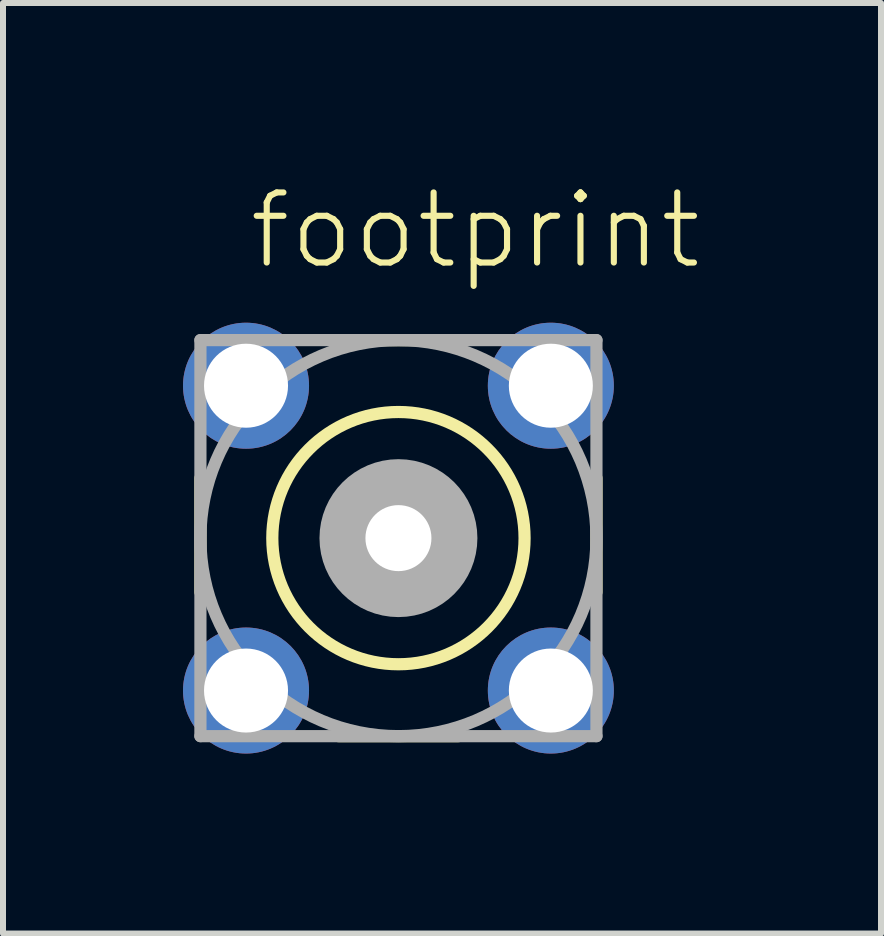
<source format=kicad_pcb>
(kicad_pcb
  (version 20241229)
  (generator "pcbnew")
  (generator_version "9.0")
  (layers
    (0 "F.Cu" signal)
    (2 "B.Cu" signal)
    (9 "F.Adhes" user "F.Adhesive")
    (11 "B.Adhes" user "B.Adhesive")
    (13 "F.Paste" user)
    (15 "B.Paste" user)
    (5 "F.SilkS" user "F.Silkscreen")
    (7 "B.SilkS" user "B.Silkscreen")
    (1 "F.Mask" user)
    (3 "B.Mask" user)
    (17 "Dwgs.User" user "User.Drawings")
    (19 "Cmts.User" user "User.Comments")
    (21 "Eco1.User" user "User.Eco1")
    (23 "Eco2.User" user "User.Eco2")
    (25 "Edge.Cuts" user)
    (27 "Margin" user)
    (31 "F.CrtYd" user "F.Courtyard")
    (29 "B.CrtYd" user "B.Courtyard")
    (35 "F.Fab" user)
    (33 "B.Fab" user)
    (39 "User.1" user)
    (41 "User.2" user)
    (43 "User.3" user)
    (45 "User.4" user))
  (footprint "footprint"
    (layer "F.Cu")
    (at 3.59 5.918)
    (property "Reference" "footprint" (at -2.54 -4.445 0) (layer "F.SilkS") (effects (font (size 1.168 1.168) (thickness 0.102)) (justify left bottom)))
    (fp_line (start -3.3 0.9) (end -3.3 -1) (stroke (width 0.203) (type solid)) (layer "F.SilkS"))
    (fp_line (start -1 -3.3) (end 1.1 -3.3) (stroke (width 0.203) (type solid)) (layer "F.SilkS"))
    (fp_line (start 1 3.3) (end -1 3.3) (stroke (width 0.203) (type solid)) (layer "F.SilkS"))
    (fp_line (start 3.3 -1) (end 3.3 0.9) (stroke (width 0.203) (type solid)) (layer "F.SilkS"))
    (fp_circle (center 0 0) (end 2.102 0) (stroke (width 0.203) (type solid)) (fill no) (layer "F.SilkS"))
    (fp_line (start -3.3 -3.3) (end -3.3 3.3) (stroke (width 0.203) (type solid)) (layer "F.Fab"))
    (fp_line (start -3.3 3.3) (end 3.3 3.3) (stroke (width 0.203) (type solid)) (layer "F.Fab"))
    (fp_line (start 3.3 -3.3) (end -3.3 -3.3) (stroke (width 0.203) (type solid)) (layer "F.Fab"))
    (fp_line (start 3.3 3.3) (end 3.3 -3.3) (stroke (width 0.203) (type solid)) (layer "F.Fab"))
    (fp_circle (center 0 0) (end 0.3 0) (stroke (width 1.016) (type solid)) (fill no) (layer "F.Fab"))
    (fp_circle (center 0 0) (end 3.3 0) (stroke (width 0.203) (type solid)) (fill no) (layer "F.Fab"))
    (pad "1" thru_hole circle (at 0 0) (size 1.65 1.65) (drill 1.1) (layers "*.Cu" "*.Mask"))
    (pad "2" thru_hole circle (at -2.54 -2.54) (size 2.1 2.1) (drill 1.4) (layers "*.Cu" "*.Mask"))
    (pad "3" thru_hole circle (at 2.54 -2.54) (size 2.1 2.1) (drill 1.4) (layers "*.Cu" "*.Mask"))
    (pad "4" thru_hole circle (at 2.54 2.54) (size 2.1 2.1) (drill 1.4) (layers "*.Cu" "*.Mask"))
    (pad "5" thru_hole circle (at -2.54 2.54) (size 2.1 2.1) (drill 1.4) (layers "*.Cu" "*.Mask")))
  (gr_rect
    (start -3 -3)
    (end 11.632 12.508)
    (stroke (width 0.1) (type default))
    (fill no)
    (layer "Edge.Cuts")))
</source>
